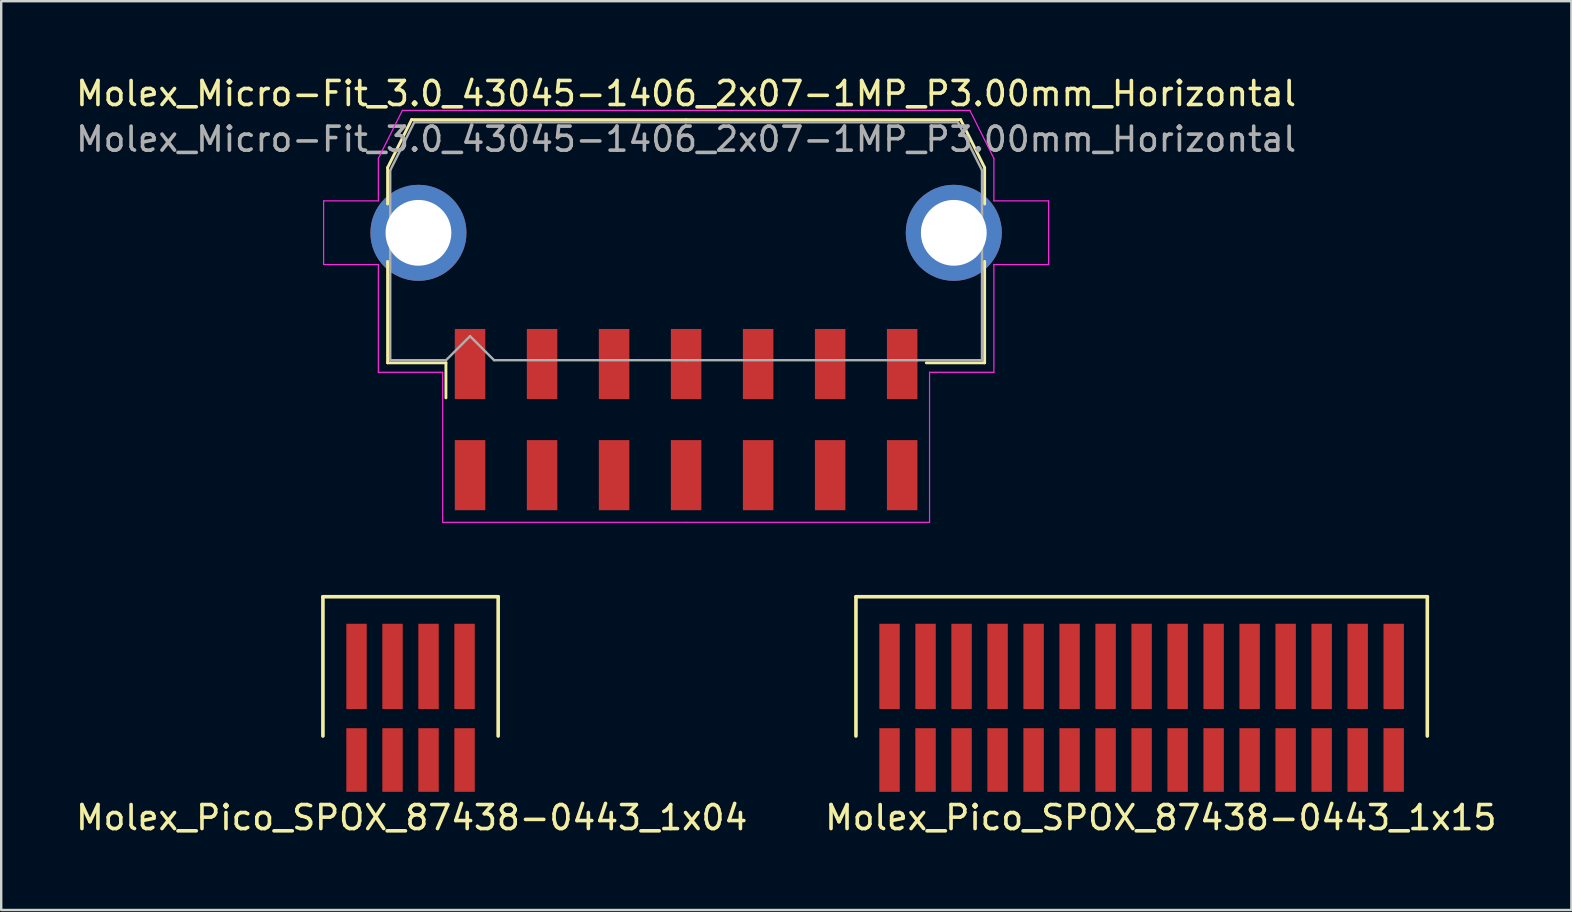
<source format=kicad_pcb>
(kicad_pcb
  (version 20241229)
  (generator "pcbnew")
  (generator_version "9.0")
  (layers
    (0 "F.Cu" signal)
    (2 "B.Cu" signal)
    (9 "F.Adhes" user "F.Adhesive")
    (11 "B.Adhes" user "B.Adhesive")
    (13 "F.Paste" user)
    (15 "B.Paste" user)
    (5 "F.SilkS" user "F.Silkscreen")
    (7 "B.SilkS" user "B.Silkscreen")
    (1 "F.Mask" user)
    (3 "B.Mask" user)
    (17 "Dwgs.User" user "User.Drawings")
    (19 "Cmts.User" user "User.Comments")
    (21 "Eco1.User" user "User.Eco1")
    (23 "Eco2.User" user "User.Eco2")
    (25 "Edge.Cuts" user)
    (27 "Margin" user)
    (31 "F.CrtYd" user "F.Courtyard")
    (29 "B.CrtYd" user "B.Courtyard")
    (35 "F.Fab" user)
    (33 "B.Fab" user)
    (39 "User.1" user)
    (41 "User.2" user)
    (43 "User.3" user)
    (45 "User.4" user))
  (footprint "Molex_Pico_SPOX_87438-0443_1x04"
    (layer "F.Cu")
    (at 11.801 28.608)
    (property "Reference" "Molex_Pico_SPOX_87438-0443_1x04" (at 2.3 2.4 0) (layer "F.SilkS") (effects (font (size 1 1) (thickness 0.15))))
    (attr through_hole)
    (fp_line (start -1.4 -6.8) (end 5.9 -6.8) (stroke (width 0.15) (type solid)) (layer "F.SilkS"))
    (fp_line (start -1.4 -1) (end -1.4 -6.8) (stroke (width 0.15) (type solid)) (layer "F.SilkS"))
    (fp_line (start 5.9 -1) (end 5.9 -6.8) (stroke (width 0.15) (type solid)) (layer "F.SilkS"))
    (pad "1" smd rect (at 4.5 -3.9) (size 0.85 3.55) (layers "F.Cu" "F.Mask" "F.Paste"))
    (pad "1" smd rect (at 4.5 0) (size 0.85 2.65) (layers "F.Cu" "F.Mask" "F.Paste"))
    (pad "2" smd rect (at 3 -3.9) (size 0.85 3.55) (layers "F.Cu" "F.Mask" "F.Paste"))
    (pad "2" smd rect (at 3 0) (size 0.85 2.65) (layers "F.Cu" "F.Mask" "F.Paste"))
    (pad "3" smd rect (at 1.5 -3.9) (size 0.85 3.55) (layers "F.Cu" "F.Mask" "F.Paste"))
    (pad "3" smd rect (at 1.5 0) (size 0.85 2.65) (layers "F.Cu" "F.Mask" "F.Paste"))
    (pad "4" smd rect (at 0 -3.9) (size 0.85 3.55) (layers "F.Cu" "F.Mask" "F.Paste"))
    (pad "4" smd rect (at 0 0) (size 0.85 2.65) (layers "F.Cu" "F.Mask" "F.Paste")))
  (footprint "Molex_Pico_SPOX_87438-0443_1x15"
    (layer "F.Cu")
    (at 34.004 28.608)
    (property "Reference" "Molex_Pico_SPOX_87438-0443_1x15" (at 11.3 2.4 0) (layer "F.SilkS") (effects (font (size 1 1) (thickness 0.15))))
    (attr through_hole)
    (fp_line (start -1.4 -6.8) (end 22.402 -6.8) (stroke (width 0.15) (type solid)) (layer "F.SilkS"))
    (fp_line (start -1.4 -1) (end -1.4 -6.8) (stroke (width 0.15) (type solid)) (layer "F.SilkS"))
    (fp_line (start 22.4 -1) (end 22.4 -6.8) (stroke (width 0.15) (type solid)) (layer "F.SilkS"))
    (pad "1" smd rect (at 21 -3.9) (size 0.85 3.55) (layers "F.Cu" "F.Mask" "F.Paste"))
    (pad "1" smd rect (at 21 0) (size 0.85 2.65) (layers "F.Cu" "F.Mask" "F.Paste"))
    (pad "2" smd rect (at 19.5 -3.9) (size 0.85 3.55) (layers "F.Cu" "F.Mask" "F.Paste"))
    (pad "2" smd rect (at 19.5 0) (size 0.85 2.65) (layers "F.Cu" "F.Mask" "F.Paste"))
    (pad "3" smd rect (at 18 -3.9) (size 0.85 3.55) (layers "F.Cu" "F.Mask" "F.Paste"))
    (pad "3" smd rect (at 18 0) (size 0.85 2.65) (layers "F.Cu" "F.Mask" "F.Paste"))
    (pad "4" smd rect (at 16.5 -3.9) (size 0.85 3.55) (layers "F.Cu" "F.Mask" "F.Paste"))
    (pad "4" smd rect (at 16.5 0) (size 0.85 2.65) (layers "F.Cu" "F.Mask" "F.Paste"))
    (pad "5" smd rect (at 15 -3.9) (size 0.85 3.55) (layers "F.Cu" "F.Mask" "F.Paste"))
    (pad "5" smd rect (at 15 0) (size 0.85 2.65) (layers "F.Cu" "F.Mask" "F.Paste"))
    (pad "6" smd rect (at 13.5 -3.9) (size 0.85 3.55) (layers "F.Cu" "F.Mask" "F.Paste"))
    (pad "6" smd rect (at 13.5 0) (size 0.85 2.65) (layers "F.Cu" "F.Mask" "F.Paste"))
    (pad "7" smd rect (at 12 -3.9) (size 0.85 3.55) (layers "F.Cu" "F.Mask" "F.Paste"))
    (pad "7" smd rect (at 12 0) (size 0.85 2.65) (layers "F.Cu" "F.Mask" "F.Paste"))
    (pad "8" smd rect (at 10.5 -3.9) (size 0.85 3.55) (layers "F.Cu" "F.Mask" "F.Paste"))
    (pad "8" smd rect (at 10.5 0) (size 0.85 2.65) (layers "F.Cu" "F.Mask" "F.Paste"))
    (pad "9" smd rect (at 9 -3.9) (size 0.85 3.55) (layers "F.Cu" "F.Mask" "F.Paste"))
    (pad "9" smd rect (at 9 0) (size 0.85 2.65) (layers "F.Cu" "F.Mask" "F.Paste"))
    (pad "10" smd rect (at 7.5 -3.9) (size 0.85 3.55) (layers "F.Cu" "F.Mask" "F.Paste"))
    (pad "10" smd rect (at 7.5 0) (size 0.85 2.65) (layers "F.Cu" "F.Mask" "F.Paste"))
    (pad "11" smd rect (at 6 -3.9) (size 0.85 3.55) (layers "F.Cu" "F.Mask" "F.Paste"))
    (pad "11" smd rect (at 6 0) (size 0.85 2.65) (layers "F.Cu" "F.Mask" "F.Paste"))
    (pad "12" smd rect (at 4.5 -3.9) (size 0.85 3.55) (layers "F.Cu" "F.Mask" "F.Paste"))
    (pad "12" smd rect (at 4.5 0) (size 0.85 2.65) (layers "F.Cu" "F.Mask" "F.Paste"))
    (pad "13" smd rect (at 3 -3.9) (size 0.85 3.55) (layers "F.Cu" "F.Mask" "F.Paste"))
    (pad "13" smd rect (at 3 0) (size 0.85 2.65) (layers "F.Cu" "F.Mask" "F.Paste"))
    (pad "14" smd rect (at 1.5 -3.9) (size 0.85 3.55) (layers "F.Cu" "F.Mask" "F.Paste"))
    (pad "14" smd rect (at 1.5 0) (size 0.85 2.65) (layers "F.Cu" "F.Mask" "F.Paste"))
    (pad "15" smd rect (at 0 -3.9) (size 0.85 3.55) (layers "F.Cu" "F.Mask" "F.Paste"))
    (pad "15" smd rect (at 0 0) (size 0.85 2.65) (layers "F.Cu" "F.Mask" "F.Paste")))
  (footprint "Molex_Micro-Fit_3.0_43045-1406_2x07-1MP_P3.00mm_Horizontal"
    (layer "F.Cu")
    (at 25.53 14.428)
    (property "Reference" "Molex_Micro-Fit_3.0_43045-1406_2x07-1MP_P3.00mm_Horizontal" (at 0 -13.58 0) (layer "F.SilkS") (effects (font (size 1 1) (thickness 0.15))))
    (attr smd)
    (fp_line (start -12.435 -10.495) (end -12.435 -8.98) (stroke (width 0.12) (type solid)) (layer "F.SilkS"))
    (fp_line (start -12.435 -6.59) (end -12.435 -2.365) (stroke (width 0.12) (type solid)) (layer "F.SilkS"))
    (fp_line (start -12.435 -2.365) (end -10.005 -2.365) (stroke (width 0.12) (type solid)) (layer "F.SilkS"))
    (fp_line (start -11.435 -12.495) (end -12.435 -10.495) (stroke (width 0.12) (type solid)) (layer "F.SilkS"))
    (fp_line (start -10.005 -2.365) (end -10.005 -0.905) (stroke (width 0.12) (type solid)) (layer "F.SilkS"))
    (fp_line (start 0 -12.495) (end -11.435 -12.495) (stroke (width 0.12) (type solid)) (layer "F.SilkS"))
    (fp_line (start 0 -12.495) (end 11.435 -12.495) (stroke (width 0.12) (type solid)) (layer "F.SilkS"))
    (fp_line (start 11.435 -12.495) (end 12.435 -10.495) (stroke (width 0.12) (type solid)) (layer "F.SilkS"))
    (fp_line (start 12.435 -10.495) (end 12.435 -8.98) (stroke (width 0.12) (type solid)) (layer "F.SilkS"))
    (fp_line (start 12.435 -6.59) (end 12.435 -2.365) (stroke (width 0.12) (type solid)) (layer "F.SilkS"))
    (fp_line (start 12.435 -2.365) (end 10.005 -2.365) (stroke (width 0.12) (type solid)) (layer "F.SilkS"))
    (fp_line (start -15.1 -9.11) (end -15.1 -6.46) (stroke (width 0.05) (type solid)) (layer "F.CrtYd"))
    (fp_line (start -15.1 -6.46) (end -12.82 -6.46) (stroke (width 0.05) (type solid)) (layer "F.CrtYd"))
    (fp_line (start -12.82 -10.88) (end -12.82 -9.11) (stroke (width 0.05) (type solid)) (layer "F.CrtYd"))
    (fp_line (start -12.82 -9.11) (end -15.1 -9.11) (stroke (width 0.05) (type solid)) (layer "F.CrtYd"))
    (fp_line (start -12.82 -6.46) (end -12.82 -1.97) (stroke (width 0.05) (type solid)) (layer "F.CrtYd"))
    (fp_line (start -12.82 -1.97) (end -10.14 -1.97) (stroke (width 0.05) (type solid)) (layer "F.CrtYd"))
    (fp_line (start -11.82 -12.88) (end -12.82 -10.88) (stroke (width 0.05) (type solid)) (layer "F.CrtYd"))
    (fp_line (start -10.14 -1.97) (end -10.14 4.28) (stroke (width 0.05) (type solid)) (layer "F.CrtYd"))
    (fp_line (start -10.14 4.28) (end 0 4.28) (stroke (width 0.05) (type solid)) (layer "F.CrtYd"))
    (fp_line (start 0 -12.88) (end -11.82 -12.88) (stroke (width 0.05) (type solid)) (layer "F.CrtYd"))
    (fp_line (start 0 -12.88) (end 11.82 -12.88) (stroke (width 0.05) (type solid)) (layer "F.CrtYd"))
    (fp_line (start 10.14 -1.97) (end 10.14 4.28) (stroke (width 0.05) (type solid)) (layer "F.CrtYd"))
    (fp_line (start 10.14 4.28) (end 0 4.28) (stroke (width 0.05) (type solid)) (layer "F.CrtYd"))
    (fp_line (start 11.82 -12.88) (end 12.82 -10.88) (stroke (width 0.05) (type solid)) (layer "F.CrtYd"))
    (fp_line (start 12.82 -10.88) (end 12.82 -9.11) (stroke (width 0.05) (type solid)) (layer "F.CrtYd"))
    (fp_line (start 12.82 -9.11) (end 15.1 -9.11) (stroke (width 0.05) (type solid)) (layer "F.CrtYd"))
    (fp_line (start 12.82 -6.46) (end 12.82 -1.97) (stroke (width 0.05) (type solid)) (layer "F.CrtYd"))
    (fp_line (start 12.82 -1.97) (end 10.14 -1.97) (stroke (width 0.05) (type solid)) (layer "F.CrtYd"))
    (fp_line (start 15.1 -9.11) (end 15.1 -6.46) (stroke (width 0.05) (type solid)) (layer "F.CrtYd"))
    (fp_line (start 15.1 -6.46) (end 12.82 -6.46) (stroke (width 0.05) (type solid)) (layer "F.CrtYd"))
    (fp_line (start -12.325 -10.385) (end -12.325 -8.61) (stroke (width 0.1) (type solid)) (layer "F.Fab"))
    (fp_line (start -12.325 -8.61) (end -12.325 -2.475) (stroke (width 0.1) (type solid)) (layer "F.Fab"))
    (fp_line (start -12.325 -2.475) (end -10 -2.475) (stroke (width 0.1) (type solid)) (layer "F.Fab"))
    (fp_line (start -11.325 -12.385) (end -12.325 -10.385) (stroke (width 0.1) (type solid)) (layer "F.Fab"))
    (fp_line (start -10 -2.475) (end -9 -3.475) (stroke (width 0.1) (type solid)) (layer "F.Fab"))
    (fp_line (start -9 -3.475) (end -8 -2.475) (stroke (width 0.1) (type solid)) (layer "F.Fab"))
    (fp_line (start -8 -2.475) (end 0 -2.475) (stroke (width 0.1) (type solid)) (layer "F.Fab"))
    (fp_line (start 0 -12.385) (end -11.325 -12.385) (stroke (width 0.1) (type solid)) (layer "F.Fab"))
    (fp_line (start 0 -12.385) (end 11.325 -12.385) (stroke (width 0.1) (type solid)) (layer "F.Fab"))
    (fp_line (start 9.635 -2.475) (end 0 -2.475) (stroke (width 0.1) (type solid)) (layer "F.Fab"))
    (fp_line (start 11.325 -12.385) (end 12.325 -10.385) (stroke (width 0.1) (type solid)) (layer "F.Fab"))
    (fp_line (start 12.325 -10.385) (end 12.325 -8.61) (stroke (width 0.1) (type solid)) (layer "F.Fab"))
    (fp_line (start 12.325 -8.61) (end 12.325 -2.475) (stroke (width 0.1) (type solid)) (layer "F.Fab"))
    (fp_line (start 12.325 -2.475) (end 9.635 -2.475) (stroke (width 0.1) (type solid)) (layer "F.Fab"))
    (fp_text user "${REFERENCE}" (at 0 -11.68 0) (layer "F.Fab") (effects (font (size 1 1) (thickness 0.15))))
    (pad "" thru_hole circle (at -11.15 -7.78) (size 4 4) (drill 2.74) (layers "*.Cu" "*.Mask"))
    (pad "" thru_hole circle (at 11.15 -7.78) (size 4 4) (drill 2.74) (layers "*.Cu" "*.Mask"))
    (pad "1" smd rect (at -9 -2.315) (size 1.27 2.92) (layers "F.Cu" "F.Mask" "F.Paste"))
    (pad "2" smd rect (at -6 -2.315) (size 1.27 2.92) (layers "F.Cu" "F.Mask" "F.Paste"))
    (pad "3" smd rect (at -3 -2.315) (size 1.27 2.92) (layers "F.Cu" "F.Mask" "F.Paste"))
    (pad "4" smd rect (at 0 -2.315) (size 1.27 2.92) (layers "F.Cu" "F.Mask" "F.Paste"))
    (pad "5" smd rect (at 3 -2.315) (size 1.27 2.92) (layers "F.Cu" "F.Mask" "F.Paste"))
    (pad "6" smd rect (at 6 -2.315) (size 1.27 2.92) (layers "F.Cu" "F.Mask" "F.Paste"))
    (pad "7" smd rect (at 9 -2.315) (size 1.27 2.92) (layers "F.Cu" "F.Mask" "F.Paste"))
    (pad "8" smd rect (at -9 2.315) (size 1.27 2.92) (layers "F.Cu" "F.Mask" "F.Paste"))
    (pad "9" smd rect (at -6 2.315) (size 1.27 2.92) (layers "F.Cu" "F.Mask" "F.Paste"))
    (pad "10" smd rect (at -3 2.315) (size 1.27 2.92) (layers "F.Cu" "F.Mask" "F.Paste"))
    (pad "11" smd rect (at 0 2.315) (size 1.27 2.92) (layers "F.Cu" "F.Mask" "F.Paste"))
    (pad "12" smd rect (at 3 2.315) (size 1.27 2.92) (layers "F.Cu" "F.Mask" "F.Paste"))
    (pad "13" smd rect (at 6 2.315) (size 1.27 2.92) (layers "F.Cu" "F.Mask" "F.Paste"))
    (pad "14" smd rect (at 9 2.315) (size 1.27 2.92) (layers "F.Cu" "F.Mask" "F.Paste")))
  (gr_rect
    (start -3 -3)
    (end 62.405 34.856)
    (stroke (width 0.1) (type default))
    (fill no)
    (layer "Edge.Cuts")))
</source>
